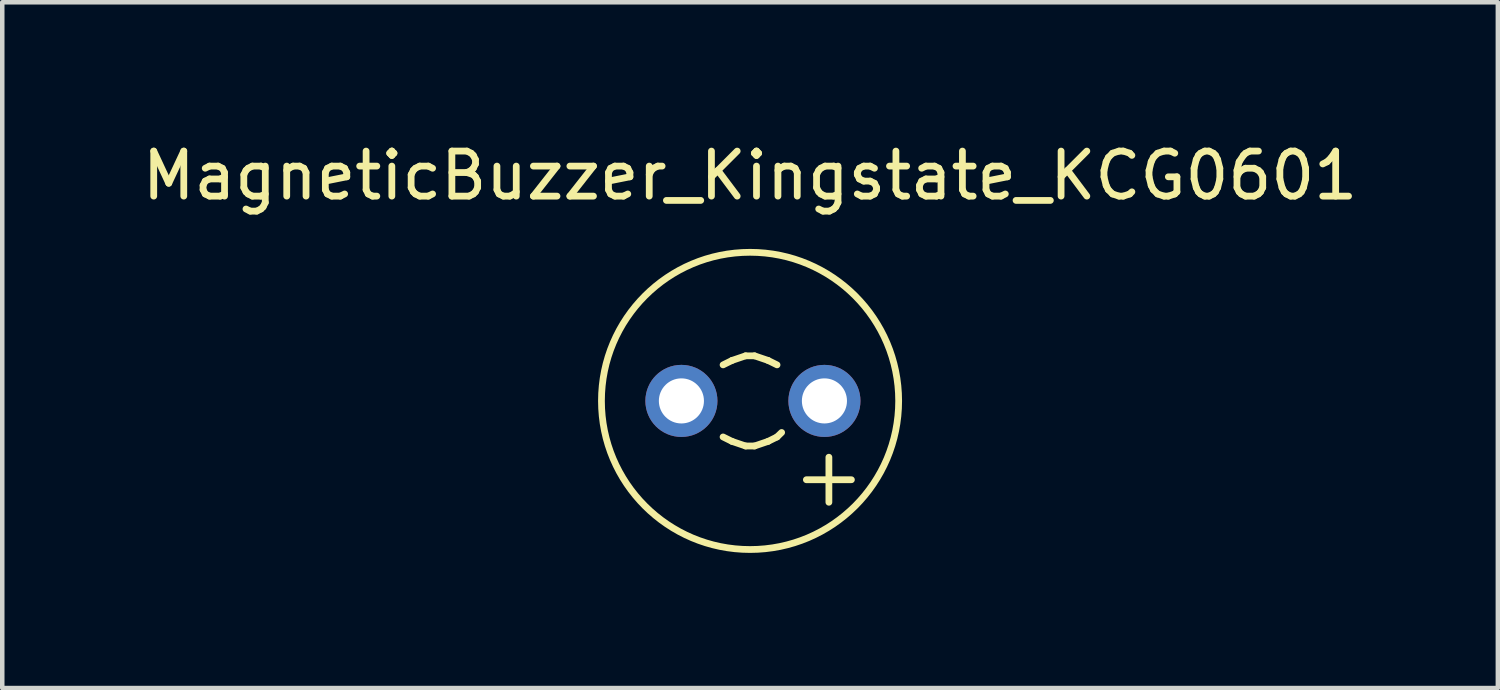
<source format=kicad_pcb>
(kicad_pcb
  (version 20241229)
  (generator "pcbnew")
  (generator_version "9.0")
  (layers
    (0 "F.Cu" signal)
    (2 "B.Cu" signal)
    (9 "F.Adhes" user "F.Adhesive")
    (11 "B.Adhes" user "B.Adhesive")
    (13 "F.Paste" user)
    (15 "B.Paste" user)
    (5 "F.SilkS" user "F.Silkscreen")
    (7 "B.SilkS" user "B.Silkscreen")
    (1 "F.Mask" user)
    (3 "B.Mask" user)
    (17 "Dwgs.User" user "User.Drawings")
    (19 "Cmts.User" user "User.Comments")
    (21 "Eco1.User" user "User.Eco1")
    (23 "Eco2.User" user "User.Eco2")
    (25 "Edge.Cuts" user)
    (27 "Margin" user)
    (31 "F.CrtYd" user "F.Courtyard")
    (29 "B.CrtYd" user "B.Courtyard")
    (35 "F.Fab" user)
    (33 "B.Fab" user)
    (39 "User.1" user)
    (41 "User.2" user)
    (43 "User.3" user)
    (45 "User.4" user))
  (footprint "MagneticBuzzer_Kingstate_KCG0601"
    (layer "F.Cu")
    (at 12.077 5.85)
    (property "Reference" "MagneticBuzzer_Kingstate_KCG0601" (at 1.524 -5.001 0) (layer "F.SilkS") (effects (font (size 1 1) (thickness 0.15))))
    (attr through_hole)
    (fp_line (start 1.125 -0.899) (end 0.925 -0.8) (stroke (width 0.15) (type solid)) (layer "F.SilkS"))
    (fp_line (start 1.125 0.899) (end 0.925 0.8) (stroke (width 0.15) (type solid)) (layer "F.SilkS"))
    (fp_line (start 1.425 -1.001) (end 1.125 -0.899) (stroke (width 0.15) (type solid)) (layer "F.SilkS"))
    (fp_line (start 1.425 1.001) (end 1.125 0.899) (stroke (width 0.15) (type solid)) (layer "F.SilkS"))
    (fp_line (start 1.623 -1.001) (end 1.425 -1.001) (stroke (width 0.15) (type solid)) (layer "F.SilkS"))
    (fp_line (start 1.623 1.001) (end 1.425 1.001) (stroke (width 0.15) (type solid)) (layer "F.SilkS"))
    (fp_line (start 1.923 -0.899) (end 1.623 -1.001) (stroke (width 0.15) (type solid)) (layer "F.SilkS"))
    (fp_line (start 1.923 0.899) (end 1.623 1.001) (stroke (width 0.15) (type solid)) (layer "F.SilkS"))
    (fp_line (start 2.123 -0.8) (end 1.923 -0.899) (stroke (width 0.15) (type solid)) (layer "F.SilkS"))
    (fp_line (start 2.123 0.8) (end 1.923 0.899) (stroke (width 0.15) (type solid)) (layer "F.SilkS"))
    (fp_line (start 2.225 0.701) (end 2.123 0.8) (stroke (width 0.15) (type solid)) (layer "F.SilkS"))
    (fp_line (start 2.774 1.75) (end 3.774 1.75) (stroke (width 0.15) (type solid)) (layer "F.SilkS"))
    (fp_line (start 3.274 1.25) (end 3.274 2.25) (stroke (width 0.15) (type solid)) (layer "F.SilkS"))
    (fp_circle (center 1.524 0) (end 4.823 0) (stroke (width 0.15) (type solid)) (fill no) (layer "F.SilkS"))
    (pad "1" thru_hole circle (at 0 0) (size 1.6 1.6) (drill 1.001) (layers "*.Cu" "*.Mask"))
    (pad "2" thru_hole circle (at 3.175 0) (size 1.6 1.6) (drill 1.001) (layers "*.Cu" "*.Mask")))
  (gr_rect
    (start -3 -3)
    (end 30.202 12.224)
    (stroke (width 0.1) (type default))
    (fill no)
    (layer "Edge.Cuts")))
</source>
